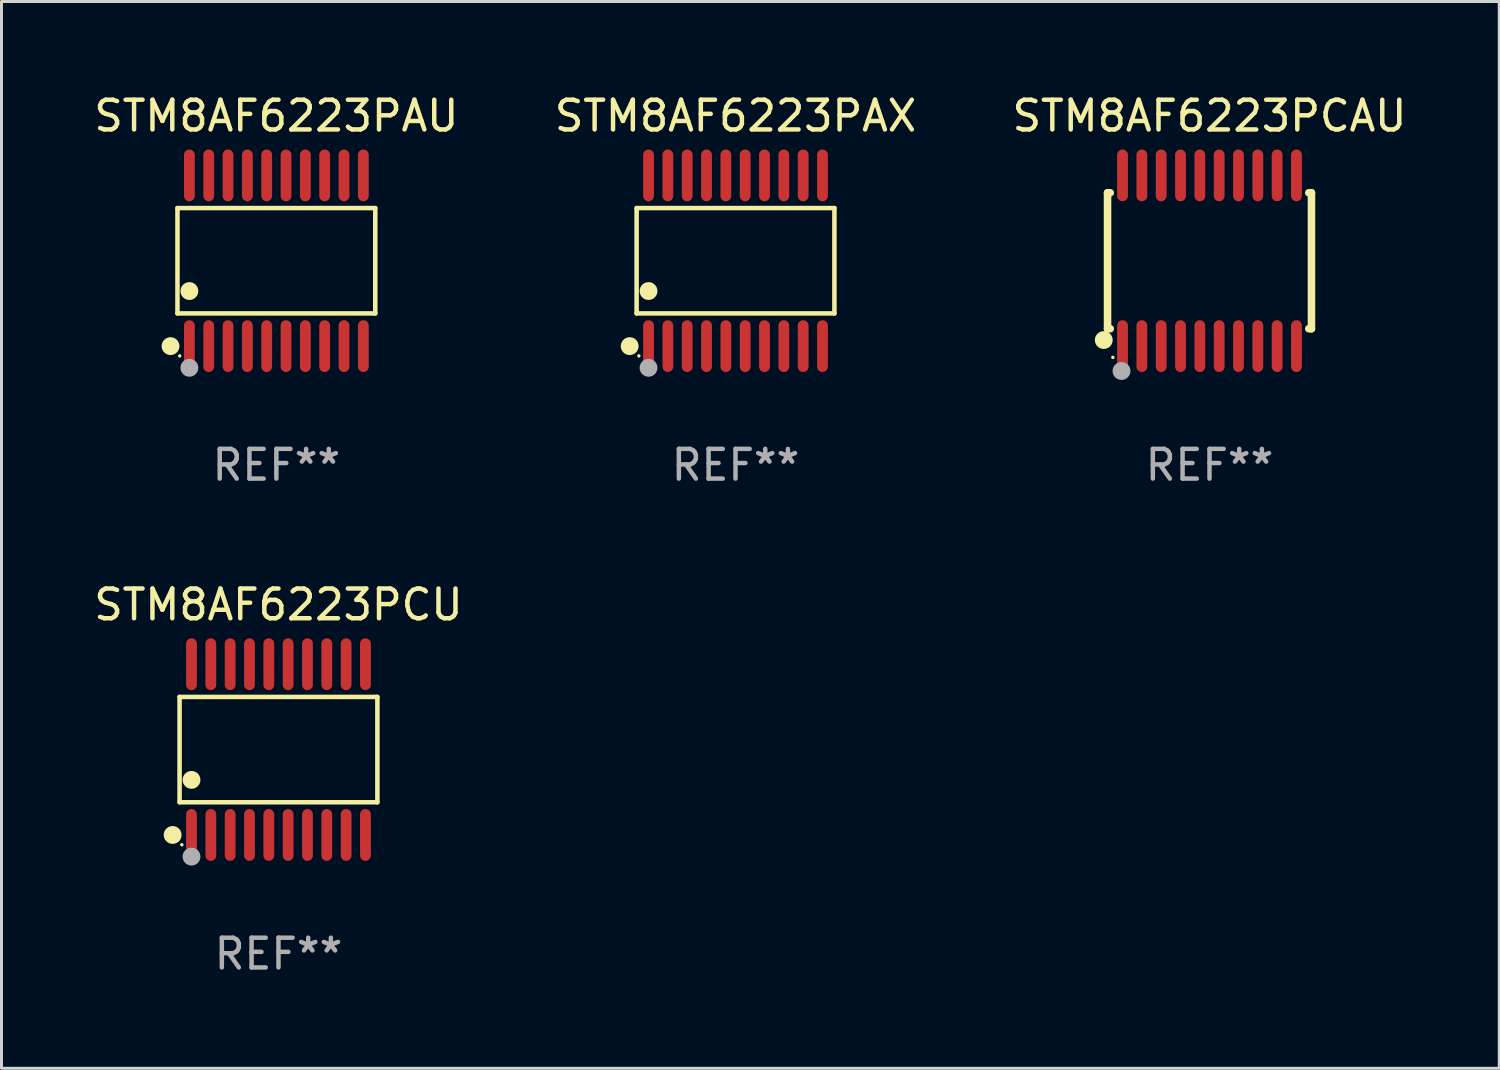
<source format=kicad_pcb>
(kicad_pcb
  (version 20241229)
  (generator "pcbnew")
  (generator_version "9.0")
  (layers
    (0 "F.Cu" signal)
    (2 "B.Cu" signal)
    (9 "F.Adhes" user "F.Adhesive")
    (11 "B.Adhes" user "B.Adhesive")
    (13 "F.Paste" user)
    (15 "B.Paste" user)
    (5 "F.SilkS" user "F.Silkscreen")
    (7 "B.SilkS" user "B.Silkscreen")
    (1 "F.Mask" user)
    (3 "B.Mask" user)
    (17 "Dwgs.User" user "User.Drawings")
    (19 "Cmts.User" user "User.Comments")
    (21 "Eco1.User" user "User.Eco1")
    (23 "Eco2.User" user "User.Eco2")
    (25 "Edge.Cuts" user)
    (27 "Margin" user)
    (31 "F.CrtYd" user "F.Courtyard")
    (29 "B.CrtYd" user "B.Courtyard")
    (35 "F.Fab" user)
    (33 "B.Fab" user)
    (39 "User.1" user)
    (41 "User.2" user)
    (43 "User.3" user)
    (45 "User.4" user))
  (footprint "STM8AF6223PCU"
    (layer "F.Cu")
    (at 6.315 22.158)
    (property "Reference" "STM8AF6223PCU" (at 0 -4.871 0) (layer "F.SilkS") (effects (font (size 1 1) (thickness 0.15))))
    (attr through_hole)
    (fp_line (start -3.326 -1.771) (end 3.326 -1.771) (stroke (width 0.152) (type solid)) (layer "F.SilkS"))
    (fp_line (start -3.326 1.771) (end -3.326 -1.771) (stroke (width 0.152) (type solid)) (layer "F.SilkS"))
    (fp_line (start 3.326 -1.771) (end 3.326 1.771) (stroke (width 0.152) (type solid)) (layer "F.SilkS"))
    (fp_line (start 3.326 1.771) (end -3.326 1.771) (stroke (width 0.152) (type solid)) (layer "F.SilkS"))
    (fp_circle (center -3.559 2.871) (end -3.409 2.871) (stroke (width 0.3) (type solid)) (fill no) (layer "F.SilkS"))
    (fp_circle (center -3.25 3.2) (end -3.22 3.2) (stroke (width 0.06) (type solid)) (fill no) (layer "F.SilkS"))
    (fp_circle (center -2.925 1.019) (end -2.775 1.019) (stroke (width 0.3) (type solid)) (fill no) (layer "F.SilkS"))
    (fp_circle (center -2.925 3.6) (end -2.775 3.6) (stroke (width 0.3) (type solid)) (fill no) (layer "F.Fab"))
    (fp_text user "REF**" (at 0 6.871 0) (layer "F.Fab") (effects (font (size 1 1) (thickness 0.15))))
    (pad "1" smd oval (at -2.925 2.871) (size 0.364 1.742) (layers "F.Cu" "F.Mask" "F.Paste"))
    (pad "2" smd oval (at -2.275 2.871) (size 0.364 1.742) (layers "F.Cu" "F.Mask" "F.Paste"))
    (pad "3" smd oval (at -1.625 2.871) (size 0.364 1.742) (layers "F.Cu" "F.Mask" "F.Paste"))
    (pad "4" smd oval (at -0.975 2.871) (size 0.364 1.742) (layers "F.Cu" "F.Mask" "F.Paste"))
    (pad "5" smd oval (at -0.325 2.871) (size 0.364 1.742) (layers "F.Cu" "F.Mask" "F.Paste"))
    (pad "6" smd oval (at 0.325 2.871) (size 0.364 1.742) (layers "F.Cu" "F.Mask" "F.Paste"))
    (pad "7" smd oval (at 0.975 2.871) (size 0.364 1.742) (layers "F.Cu" "F.Mask" "F.Paste"))
    (pad "8" smd oval (at 1.625 2.871) (size 0.364 1.742) (layers "F.Cu" "F.Mask" "F.Paste"))
    (pad "9" smd oval (at 2.275 2.871) (size 0.364 1.742) (layers "F.Cu" "F.Mask" "F.Paste"))
    (pad "10" smd oval (at 2.925 2.871) (size 0.364 1.742) (layers "F.Cu" "F.Mask" "F.Paste"))
    (pad "11" smd oval (at 2.925 -2.871) (size 0.364 1.742) (layers "F.Cu" "F.Mask" "F.Paste"))
    (pad "12" smd oval (at 2.275 -2.871) (size 0.364 1.742) (layers "F.Cu" "F.Mask" "F.Paste"))
    (pad "13" smd oval (at 1.625 -2.871) (size 0.364 1.742) (layers "F.Cu" "F.Mask" "F.Paste"))
    (pad "14" smd oval (at 0.975 -2.871) (size 0.364 1.742) (layers "F.Cu" "F.Mask" "F.Paste"))
    (pad "15" smd oval (at 0.325 -2.871) (size 0.364 1.742) (layers "F.Cu" "F.Mask" "F.Paste"))
    (pad "16" smd oval (at -0.325 -2.871) (size 0.364 1.742) (layers "F.Cu" "F.Mask" "F.Paste"))
    (pad "17" smd oval (at -0.975 -2.871) (size 0.364 1.742) (layers "F.Cu" "F.Mask" "F.Paste"))
    (pad "18" smd oval (at -1.625 -2.871) (size 0.364 1.742) (layers "F.Cu" "F.Mask" "F.Paste"))
    (pad "19" smd oval (at -2.275 -2.871) (size 0.364 1.742) (layers "F.Cu" "F.Mask" "F.Paste"))
    (pad "20" smd oval (at -2.925 -2.871) (size 0.364 1.742) (layers "F.Cu" "F.Mask" "F.Paste")))
  (footprint "STM8AF6223PAX"
    (layer "F.Cu")
    (at 21.685 5.719)
    (property "Reference" "STM8AF6223PAX" (at 0 -4.871 0) (layer "F.SilkS") (effects (font (size 1 1) (thickness 0.15))))
    (attr through_hole)
    (fp_line (start -3.326 -1.771) (end 3.326 -1.771) (stroke (width 0.152) (type solid)) (layer "F.SilkS"))
    (fp_line (start -3.326 1.771) (end -3.326 -1.771) (stroke (width 0.152) (type solid)) (layer "F.SilkS"))
    (fp_line (start 3.326 -1.771) (end 3.326 1.771) (stroke (width 0.152) (type solid)) (layer "F.SilkS"))
    (fp_line (start 3.326 1.771) (end -3.326 1.771) (stroke (width 0.152) (type solid)) (layer "F.SilkS"))
    (fp_circle (center -3.559 2.871) (end -3.409 2.871) (stroke (width 0.3) (type solid)) (fill no) (layer "F.SilkS"))
    (fp_circle (center -3.25 3.2) (end -3.22 3.2) (stroke (width 0.06) (type solid)) (fill no) (layer "F.SilkS"))
    (fp_circle (center -2.925 1.019) (end -2.775 1.019) (stroke (width 0.3) (type solid)) (fill no) (layer "F.SilkS"))
    (fp_circle (center -2.925 3.6) (end -2.775 3.6) (stroke (width 0.3) (type solid)) (fill no) (layer "F.Fab"))
    (fp_text user "REF**" (at 0 6.871 0) (layer "F.Fab") (effects (font (size 1 1) (thickness 0.15))))
    (pad "1" smd oval (at -2.925 2.871) (size 0.364 1.742) (layers "F.Cu" "F.Mask" "F.Paste"))
    (pad "2" smd oval (at -2.275 2.871) (size 0.364 1.742) (layers "F.Cu" "F.Mask" "F.Paste"))
    (pad "3" smd oval (at -1.625 2.871) (size 0.364 1.742) (layers "F.Cu" "F.Mask" "F.Paste"))
    (pad "4" smd oval (at -0.975 2.871) (size 0.364 1.742) (layers "F.Cu" "F.Mask" "F.Paste"))
    (pad "5" smd oval (at -0.325 2.871) (size 0.364 1.742) (layers "F.Cu" "F.Mask" "F.Paste"))
    (pad "6" smd oval (at 0.325 2.871) (size 0.364 1.742) (layers "F.Cu" "F.Mask" "F.Paste"))
    (pad "7" smd oval (at 0.975 2.871) (size 0.364 1.742) (layers "F.Cu" "F.Mask" "F.Paste"))
    (pad "8" smd oval (at 1.625 2.871) (size 0.364 1.742) (layers "F.Cu" "F.Mask" "F.Paste"))
    (pad "9" smd oval (at 2.275 2.871) (size 0.364 1.742) (layers "F.Cu" "F.Mask" "F.Paste"))
    (pad "10" smd oval (at 2.925 2.871) (size 0.364 1.742) (layers "F.Cu" "F.Mask" "F.Paste"))
    (pad "11" smd oval (at 2.925 -2.871) (size 0.364 1.742) (layers "F.Cu" "F.Mask" "F.Paste"))
    (pad "12" smd oval (at 2.275 -2.871) (size 0.364 1.742) (layers "F.Cu" "F.Mask" "F.Paste"))
    (pad "13" smd oval (at 1.625 -2.871) (size 0.364 1.742) (layers "F.Cu" "F.Mask" "F.Paste"))
    (pad "14" smd oval (at 0.975 -2.871) (size 0.364 1.742) (layers "F.Cu" "F.Mask" "F.Paste"))
    (pad "15" smd oval (at 0.325 -2.871) (size 0.364 1.742) (layers "F.Cu" "F.Mask" "F.Paste"))
    (pad "16" smd oval (at -0.325 -2.871) (size 0.364 1.742) (layers "F.Cu" "F.Mask" "F.Paste"))
    (pad "17" smd oval (at -0.975 -2.871) (size 0.364 1.742) (layers "F.Cu" "F.Mask" "F.Paste"))
    (pad "18" smd oval (at -1.625 -2.871) (size 0.364 1.742) (layers "F.Cu" "F.Mask" "F.Paste"))
    (pad "19" smd oval (at -2.275 -2.871) (size 0.364 1.742) (layers "F.Cu" "F.Mask" "F.Paste"))
    (pad "20" smd oval (at -2.925 -2.871) (size 0.364 1.742) (layers "F.Cu" "F.Mask" "F.Paste")))
  (footprint "STM8AF6223PAU"
    (layer "F.Cu")
    (at 6.244 5.719)
    (property "Reference" "STM8AF6223PAU" (at 0 -4.871 0) (layer "F.SilkS") (effects (font (size 1 1) (thickness 0.15))))
    (attr through_hole)
    (fp_line (start -3.326 -1.771) (end 3.326 -1.771) (stroke (width 0.152) (type solid)) (layer "F.SilkS"))
    (fp_line (start -3.326 1.771) (end -3.326 -1.771) (stroke (width 0.152) (type solid)) (layer "F.SilkS"))
    (fp_line (start 3.326 -1.771) (end 3.326 1.771) (stroke (width 0.152) (type solid)) (layer "F.SilkS"))
    (fp_line (start 3.326 1.771) (end -3.326 1.771) (stroke (width 0.152) (type solid)) (layer "F.SilkS"))
    (fp_circle (center -3.559 2.871) (end -3.409 2.871) (stroke (width 0.3) (type solid)) (fill no) (layer "F.SilkS"))
    (fp_circle (center -3.25 3.2) (end -3.22 3.2) (stroke (width 0.06) (type solid)) (fill no) (layer "F.SilkS"))
    (fp_circle (center -2.925 1.019) (end -2.775 1.019) (stroke (width 0.3) (type solid)) (fill no) (layer "F.SilkS"))
    (fp_circle (center -2.925 3.6) (end -2.775 3.6) (stroke (width 0.3) (type solid)) (fill no) (layer "F.Fab"))
    (fp_text user "REF**" (at 0 6.871 0) (layer "F.Fab") (effects (font (size 1 1) (thickness 0.15))))
    (pad "1" smd oval (at -2.925 2.871) (size 0.364 1.742) (layers "F.Cu" "F.Mask" "F.Paste"))
    (pad "2" smd oval (at -2.275 2.871) (size 0.364 1.742) (layers "F.Cu" "F.Mask" "F.Paste"))
    (pad "3" smd oval (at -1.625 2.871) (size 0.364 1.742) (layers "F.Cu" "F.Mask" "F.Paste"))
    (pad "4" smd oval (at -0.975 2.871) (size 0.364 1.742) (layers "F.Cu" "F.Mask" "F.Paste"))
    (pad "5" smd oval (at -0.325 2.871) (size 0.364 1.742) (layers "F.Cu" "F.Mask" "F.Paste"))
    (pad "6" smd oval (at 0.325 2.871) (size 0.364 1.742) (layers "F.Cu" "F.Mask" "F.Paste"))
    (pad "7" smd oval (at 0.975 2.871) (size 0.364 1.742) (layers "F.Cu" "F.Mask" "F.Paste"))
    (pad "8" smd oval (at 1.625 2.871) (size 0.364 1.742) (layers "F.Cu" "F.Mask" "F.Paste"))
    (pad "9" smd oval (at 2.275 2.871) (size 0.364 1.742) (layers "F.Cu" "F.Mask" "F.Paste"))
    (pad "10" smd oval (at 2.925 2.871) (size 0.364 1.742) (layers "F.Cu" "F.Mask" "F.Paste"))
    (pad "11" smd oval (at 2.925 -2.871) (size 0.364 1.742) (layers "F.Cu" "F.Mask" "F.Paste"))
    (pad "12" smd oval (at 2.275 -2.871) (size 0.364 1.742) (layers "F.Cu" "F.Mask" "F.Paste"))
    (pad "13" smd oval (at 1.625 -2.871) (size 0.364 1.742) (layers "F.Cu" "F.Mask" "F.Paste"))
    (pad "14" smd oval (at 0.975 -2.871) (size 0.364 1.742) (layers "F.Cu" "F.Mask" "F.Paste"))
    (pad "15" smd oval (at 0.325 -2.871) (size 0.364 1.742) (layers "F.Cu" "F.Mask" "F.Paste"))
    (pad "16" smd oval (at -0.325 -2.871) (size 0.364 1.742) (layers "F.Cu" "F.Mask" "F.Paste"))
    (pad "17" smd oval (at -0.975 -2.871) (size 0.364 1.742) (layers "F.Cu" "F.Mask" "F.Paste"))
    (pad "18" smd oval (at -1.625 -2.871) (size 0.364 1.742) (layers "F.Cu" "F.Mask" "F.Paste"))
    (pad "19" smd oval (at -2.275 -2.871) (size 0.364 1.742) (layers "F.Cu" "F.Mask" "F.Paste"))
    (pad "20" smd oval (at -2.925 -2.871) (size 0.364 1.742) (layers "F.Cu" "F.Mask" "F.Paste")))
  (footprint "STM8AF6223PCAU"
    (layer "F.Cu")
    (at 37.625 5.719)
    (property "Reference" "STM8AF6223PCAU" (at 0 -4.871 0) (layer "F.SilkS") (effects (font (size 1 1) (thickness 0.15))))
    (attr through_hole)
    (fp_line (start -3.429 -2.286) (end -3.429 2.286) (stroke (width 0.254) (type solid)) (layer "F.SilkS"))
    (fp_line (start -3.429 2.286) (end -3.338 2.286) (stroke (width 0.254) (type solid)) (layer "F.SilkS"))
    (fp_line (start -3.338 -2.286) (end -3.429 -2.286) (stroke (width 0.254) (type solid)) (layer "F.SilkS"))
    (fp_line (start 3.338 -2.286) (end 3.429 -2.286) (stroke (width 0.254) (type solid)) (layer "F.SilkS"))
    (fp_line (start 3.429 -2.286) (end 3.429 2.286) (stroke (width 0.254) (type solid)) (layer "F.SilkS"))
    (fp_line (start 3.429 2.286) (end 3.338 2.286) (stroke (width 0.254) (type solid)) (layer "F.SilkS"))
    (fp_circle (center -3.556 2.667) (end -3.406 2.667) (stroke (width 0.3) (type solid)) (fill no) (layer "F.SilkS"))
    (fp_circle (center -3.25 3.25) (end -3.22 3.25) (stroke (width 0.06) (type solid)) (fill no) (layer "F.SilkS"))
    (fp_circle (center -2.959 3.707) (end -2.808 3.707) (stroke (width 0.3) (type solid)) (fill no) (layer "F.Fab"))
    (fp_text user "REF**" (at 0 6.871 0) (layer "F.Fab") (effects (font (size 1 1) (thickness 0.15))))
    (pad "1" smd oval (at -2.925 2.871) (size 0.364 1.742) (layers "F.Cu" "F.Mask" "F.Paste"))
    (pad "2" smd oval (at -2.275 2.871) (size 0.364 1.742) (layers "F.Cu" "F.Mask" "F.Paste"))
    (pad "3" smd oval (at -1.625 2.871) (size 0.364 1.742) (layers "F.Cu" "F.Mask" "F.Paste"))
    (pad "4" smd oval (at -0.975 2.871) (size 0.364 1.742) (layers "F.Cu" "F.Mask" "F.Paste"))
    (pad "5" smd oval (at -0.325 2.871) (size 0.364 1.742) (layers "F.Cu" "F.Mask" "F.Paste"))
    (pad "6" smd oval (at 0.325 2.871) (size 0.364 1.742) (layers "F.Cu" "F.Mask" "F.Paste"))
    (pad "7" smd oval (at 0.975 2.871) (size 0.364 1.742) (layers "F.Cu" "F.Mask" "F.Paste"))
    (pad "8" smd oval (at 1.625 2.871) (size 0.364 1.742) (layers "F.Cu" "F.Mask" "F.Paste"))
    (pad "9" smd oval (at 2.275 2.871) (size 0.364 1.742) (layers "F.Cu" "F.Mask" "F.Paste"))
    (pad "10" smd oval (at 2.925 2.871) (size 0.364 1.742) (layers "F.Cu" "F.Mask" "F.Paste"))
    (pad "11" smd oval (at 2.925 -2.871) (size 0.364 1.742) (layers "F.Cu" "F.Mask" "F.Paste"))
    (pad "12" smd oval (at 2.275 -2.871) (size 0.364 1.742) (layers "F.Cu" "F.Mask" "F.Paste"))
    (pad "13" smd oval (at 1.625 -2.871) (size 0.364 1.742) (layers "F.Cu" "F.Mask" "F.Paste"))
    (pad "14" smd oval (at 0.975 -2.871) (size 0.364 1.742) (layers "F.Cu" "F.Mask" "F.Paste"))
    (pad "15" smd oval (at 0.325 -2.871) (size 0.364 1.742) (layers "F.Cu" "F.Mask" "F.Paste"))
    (pad "16" smd oval (at -0.325 -2.871) (size 0.364 1.742) (layers "F.Cu" "F.Mask" "F.Paste"))
    (pad "17" smd oval (at -0.975 -2.871) (size 0.364 1.742) (layers "F.Cu" "F.Mask" "F.Paste"))
    (pad "18" smd oval (at -1.625 -2.871) (size 0.364 1.742) (layers "F.Cu" "F.Mask" "F.Paste"))
    (pad "19" smd oval (at -2.275 -2.871) (size 0.364 1.742) (layers "F.Cu" "F.Mask" "F.Paste"))
    (pad "20" smd oval (at -2.925 -2.871) (size 0.364 1.742) (layers "F.Cu" "F.Mask" "F.Paste")))
  (gr_rect
    (start -3 -3)
    (end 47.369 32.877)
    (stroke (width 0.1) (type default))
    (fill no)
    (layer "Edge.Cuts")))
</source>
